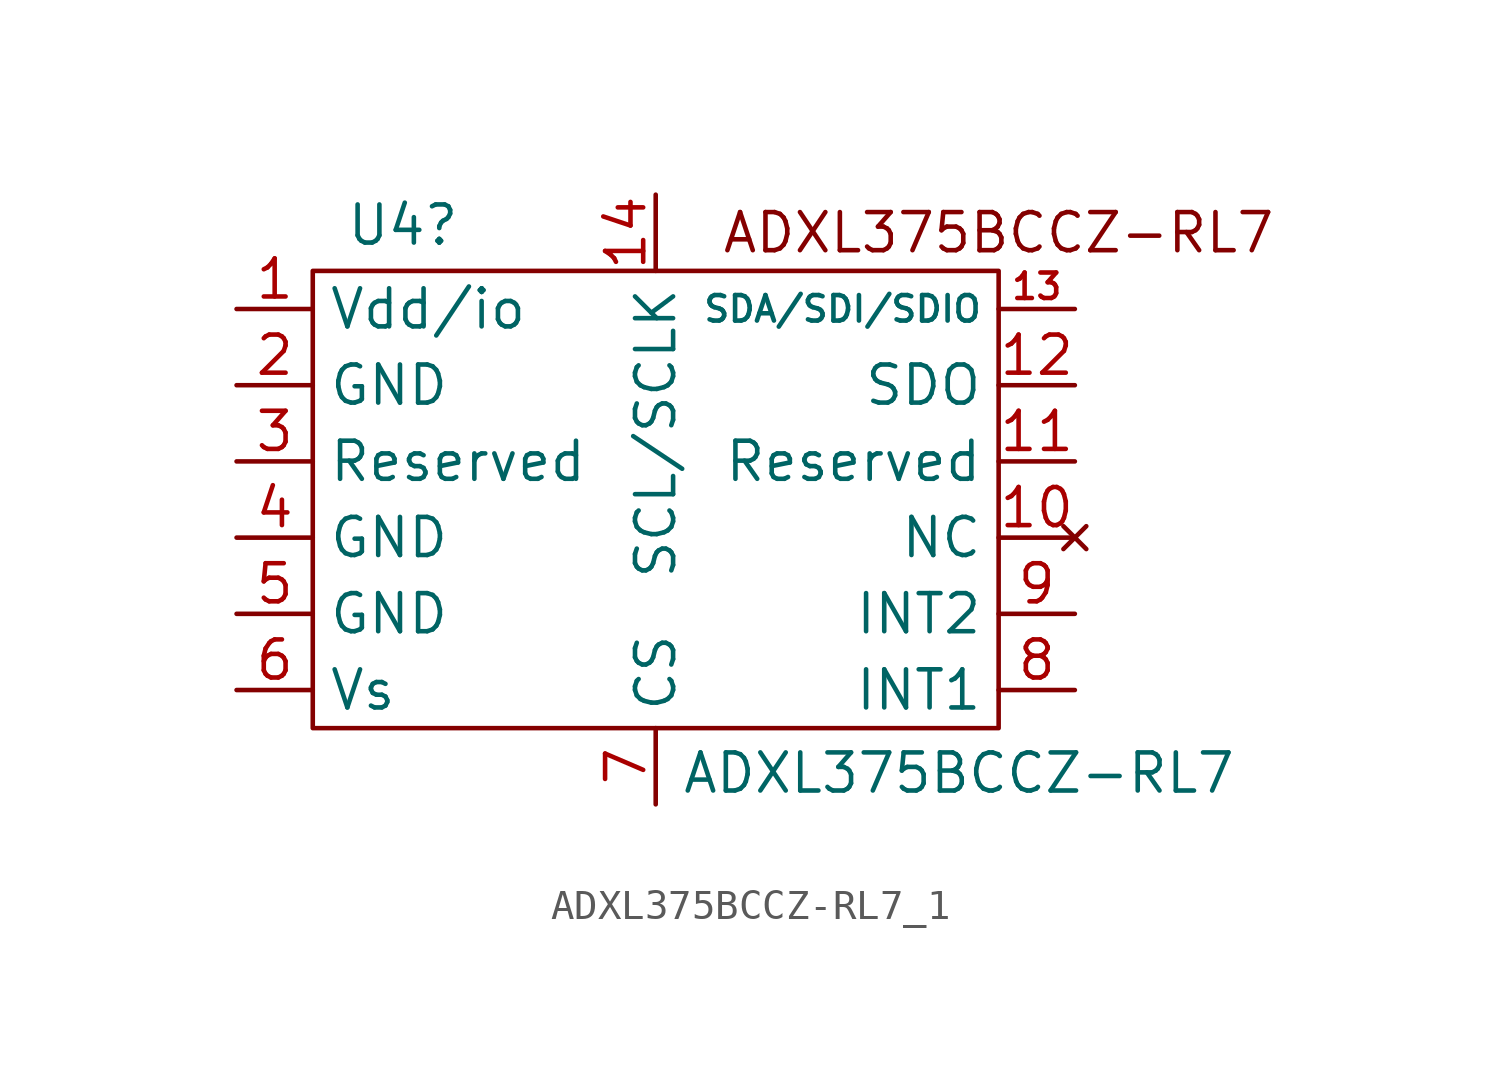
<source format=kicad_sym>
(kicad_symbol_lib
  (version 20231120)
  (generator "kicad_symbol_editor")
  (generator_version "8.0")
  (symbol "ADXL375BCCZ-RL7_1"
    (property "Reference" "U4"
      (at -6.528 0.254 0)
      (effects (font (size 1.27 1.27)) (justify left)))
    (property "Value" "ADXL375BCCZ-RL7"
      (at 13.919 -18.009 0)
      (effects (font (size 1.27 1.27))))
    (symbol "ADXL375BCCZ-RL7_1_0_1"
      (rectangle (start -7.62 -1.27) (end 15.24 -16.51) (stroke (width 0) (type default)) (fill (type none))))
    (symbol "ADXL375BCCZ-RL7_1_1_1"
      (text "ADXL375BCCZ-RL7" (at 15.24 0 0) (effects (font (size 1.27 1.27))))
      (pin power_in line (at -10.16 -2.54 0) (length 2.54) (name "Vdd/io" (effects (font (size 1.27 1.27)))) (number "1" (effects (font (size 1.27 1.27)))))
      (pin no_connect line (at 17.78 -10.16 180) (length 2.54) (name "NC" (effects (font (size 1.27 1.27)))) (number "10" (effects (font (size 1.27 1.27)))))
      (pin bidirectional line (at 17.78 -7.62 180) (length 2.54) (name "Reserved" (effects (font (size 1.27 1.27)))) (number "11" (effects (font (size 1.27 1.27)))))
      (pin bidirectional line (at 17.78 -5.08 180) (length 2.54) (name "SDO" (effects (font (size 1.27 1.27)))) (number "12" (effects (font (size 1.27 1.27)))))
      (pin bidirectional line (at 17.78 -2.54 180) (length 2.54) (name "SDA/SDI/SDIO" (effects (font (size 0.85 0.85)))) (number "13" (effects (font (size 0.85 0.85)))))
      (pin bidirectional line (at 3.81 1.27 270) (length 2.54) (name "SCL/SCLK" (effects (font (size 1.27 1.27)))) (number "14" (effects (font (size 1.27 1.27)))))
      (pin power_in line (at -10.16 -5.08 0) (length 2.54) (name "GND" (effects (font (size 1.27 1.27)))) (number "2" (effects (font (size 1.27 1.27)))))
      (pin bidirectional line (at -10.16 -7.62 0) (length 2.54) (name "Reserved" (effects (font (size 1.27 1.27)))) (number "3" (effects (font (size 1.27 1.27)))))
      (pin power_in line (at -10.16 -10.16 0) (length 2.54) (name "GND" (effects (font (size 1.27 1.27)))) (number "4" (effects (font (size 1.27 1.27)))))
      (pin power_in line (at -10.16 -12.7 0) (length 2.54) (name "GND" (effects (font (size 1.27 1.27)))) (number "5" (effects (font (size 1.27 1.27)))))
      (pin power_in line (at -10.16 -15.24 0) (length 2.54) (name "Vs" (effects (font (size 1.27 1.27)))) (number "6" (effects (font (size 1.27 1.27)))))
      (pin bidirectional line (at 3.81 -19.05 90) (length 2.54) (name "CS" (effects (font (size 1.27 1.27)))) (number "7" (effects (font (size 1.27 1.27)))))
      (pin bidirectional line (at 17.78 -15.24 180) (length 2.54) (name "INT1" (effects (font (size 1.27 1.27)))) (number "8" (effects (font (size 1.27 1.27)))))
      (pin bidirectional line (at 17.78 -12.7 180) (length 2.54) (name "INT2" (effects (font (size 1.27 1.27)))) (number "9" (effects (font (size 1.27 1.27))))))))
</source>
